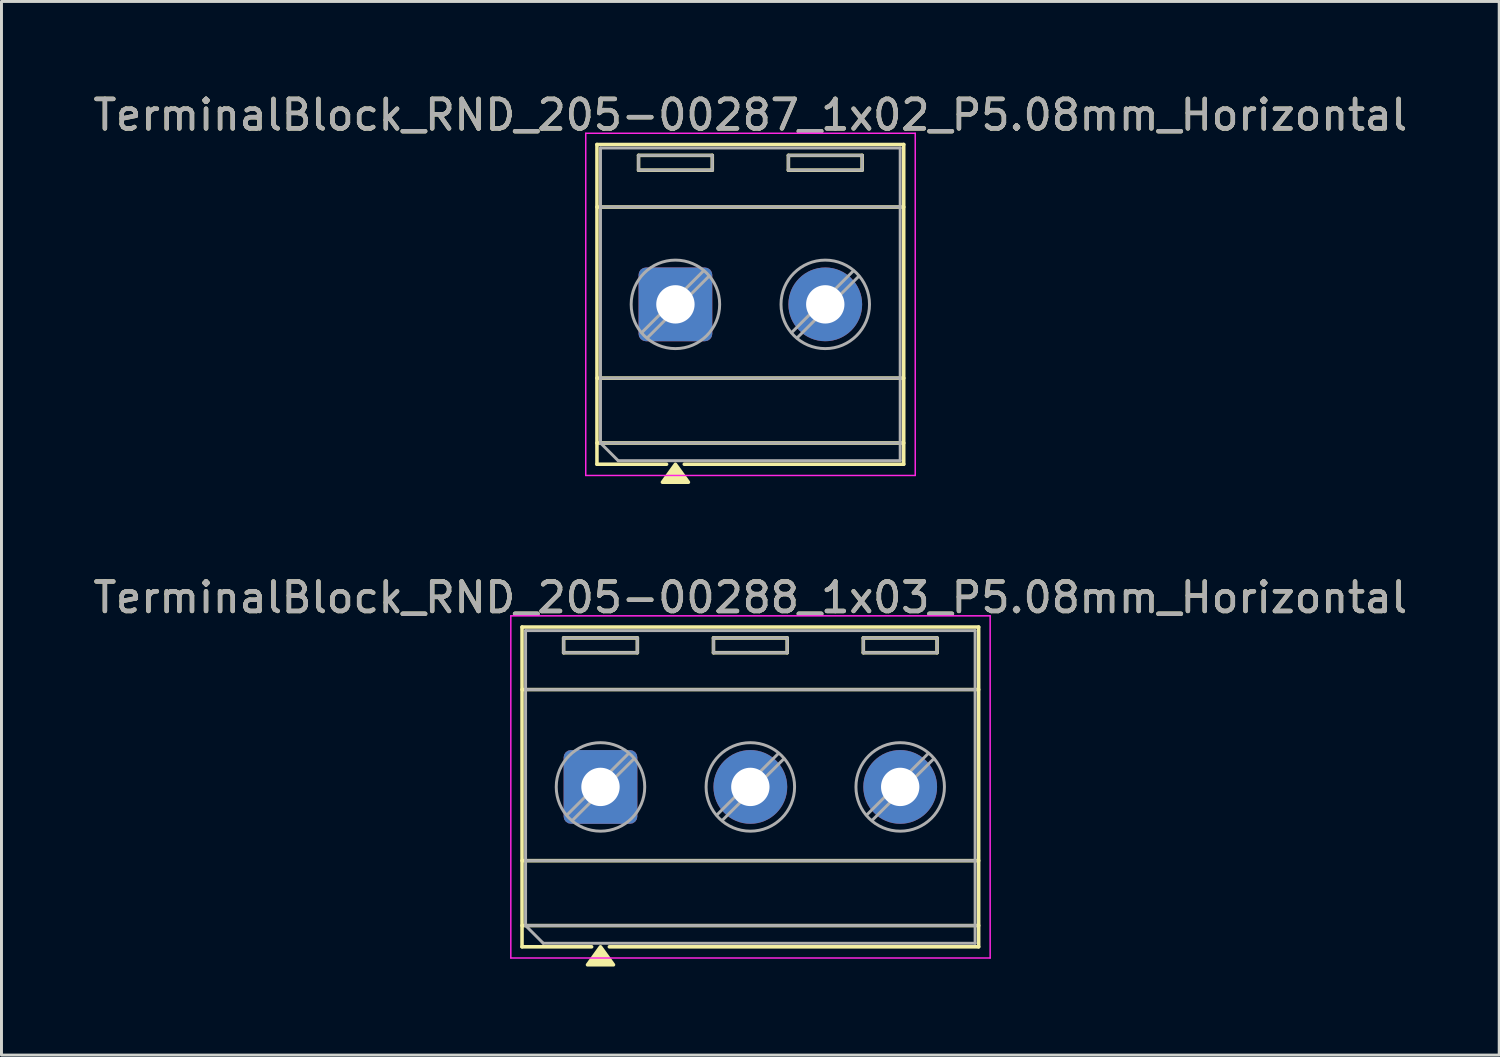
<source format=kicad_pcb>
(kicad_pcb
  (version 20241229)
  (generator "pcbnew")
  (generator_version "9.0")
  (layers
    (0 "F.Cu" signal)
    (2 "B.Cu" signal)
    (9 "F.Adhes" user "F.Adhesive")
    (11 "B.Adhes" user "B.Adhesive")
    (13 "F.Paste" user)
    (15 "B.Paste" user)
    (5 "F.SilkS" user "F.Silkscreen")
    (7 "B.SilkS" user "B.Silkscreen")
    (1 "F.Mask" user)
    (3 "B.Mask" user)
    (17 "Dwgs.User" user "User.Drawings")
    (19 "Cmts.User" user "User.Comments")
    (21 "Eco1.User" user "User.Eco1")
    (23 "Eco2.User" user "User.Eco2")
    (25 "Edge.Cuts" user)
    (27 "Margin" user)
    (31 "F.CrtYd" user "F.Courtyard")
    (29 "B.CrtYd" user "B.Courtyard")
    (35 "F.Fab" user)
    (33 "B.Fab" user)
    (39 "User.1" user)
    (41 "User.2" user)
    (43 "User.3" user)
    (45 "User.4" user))
  (footprint "TerminalBlock_RND_205-00288_1x03_P5.08mm_Horizontal"
    (layer "F.Cu")
    (at 17.307 23.627)
    (property "Reference" "TerminalBlock_RND_205-00288_1x03_P5.08mm_Horizontal" (at 5.08 -6.42 0) (layer "F.SilkS") (effects (font (size 1 1) (thickness 0.15))))
    (attr through_hole)
    (fp_line (start -2.66 -5.42) (end -2.66 5.42) (stroke (width 0.12) (type solid)) (layer "F.SilkS"))
    (fp_line (start -2.66 -5.42) (end 12.82 -5.42) (stroke (width 0.12) (type solid)) (layer "F.SilkS"))
    (fp_line (start -2.66 -3.3) (end 12.82 -3.3) (stroke (width 0.12) (type solid)) (layer "F.SilkS"))
    (fp_line (start -2.66 2.5) (end 12.82 2.5) (stroke (width 0.12) (type solid)) (layer "F.SilkS"))
    (fp_line (start -2.66 4.7) (end 12.82 4.7) (stroke (width 0.12) (type solid)) (layer "F.SilkS"))
    (fp_line (start -2.66 5.42) (end -0.3 5.42) (stroke (width 0.12) (type solid)) (layer "F.SilkS"))
    (fp_line (start -1.25 -5.05) (end -1.25 -4.55) (stroke (width 0.12) (type solid)) (layer "F.SilkS"))
    (fp_line (start -1.25 -5.05) (end 1.25 -5.05) (stroke (width 0.12) (type solid)) (layer "F.SilkS"))
    (fp_line (start -1.25 -4.55) (end 1.25 -4.55) (stroke (width 0.12) (type solid)) (layer "F.SilkS"))
    (fp_line (start 0.3 5.42) (end 12.82 5.42) (stroke (width 0.12) (type solid)) (layer "F.SilkS"))
    (fp_line (start 1.25 -5.05) (end 1.25 -4.55) (stroke (width 0.12) (type solid)) (layer "F.SilkS"))
    (fp_line (start 3.83 -5.05) (end 3.83 -4.55) (stroke (width 0.12) (type solid)) (layer "F.SilkS"))
    (fp_line (start 3.83 -5.05) (end 6.33 -5.05) (stroke (width 0.12) (type solid)) (layer "F.SilkS"))
    (fp_line (start 3.83 -4.55) (end 6.33 -4.55) (stroke (width 0.12) (type solid)) (layer "F.SilkS"))
    (fp_line (start 6.33 -5.05) (end 6.33 -4.55) (stroke (width 0.12) (type solid)) (layer "F.SilkS"))
    (fp_line (start 8.91 -5.05) (end 8.91 -4.55) (stroke (width 0.12) (type solid)) (layer "F.SilkS"))
    (fp_line (start 8.91 -5.05) (end 11.41 -5.05) (stroke (width 0.12) (type solid)) (layer "F.SilkS"))
    (fp_line (start 8.91 -4.55) (end 11.41 -4.55) (stroke (width 0.12) (type solid)) (layer "F.SilkS"))
    (fp_line (start 11.41 -5.05) (end 11.41 -4.55) (stroke (width 0.12) (type solid)) (layer "F.SilkS"))
    (fp_line (start 12.82 -5.42) (end 12.82 5.42) (stroke (width 0.12) (type solid)) (layer "F.SilkS"))
    (fp_poly (pts (xy 0 5.42) (xy 0.44 6.03) (xy -0.44 6.03)) (stroke (width 0.12) (type solid)) (fill yes) (layer "F.SilkS"))
    (fp_line (start -3.04 -5.8) (end -3.04 5.8) (stroke (width 0.05) (type solid)) (layer "F.CrtYd"))
    (fp_line (start -3.04 5.8) (end 13.21 5.8) (stroke (width 0.05) (type solid)) (layer "F.CrtYd"))
    (fp_line (start 13.21 -5.8) (end -3.04 -5.8) (stroke (width 0.05) (type solid)) (layer "F.CrtYd"))
    (fp_line (start 13.21 5.8) (end 13.21 -5.8) (stroke (width 0.05) (type solid)) (layer "F.CrtYd"))
    (fp_line (start -2.54 -5.3) (end 12.7 -5.3) (stroke (width 0.1) (type solid)) (layer "F.Fab"))
    (fp_line (start -2.54 -3.3) (end 12.7 -3.3) (stroke (width 0.1) (type solid)) (layer "F.Fab"))
    (fp_line (start -2.54 2.5) (end 12.7 2.5) (stroke (width 0.1) (type solid)) (layer "F.Fab"))
    (fp_line (start -2.54 4.7) (end -2.54 -5.3) (stroke (width 0.1) (type solid)) (layer "F.Fab"))
    (fp_line (start -2.54 4.7) (end 12.7 4.7) (stroke (width 0.1) (type solid)) (layer "F.Fab"))
    (fp_line (start -1.94 5.3) (end -2.54 4.7) (stroke (width 0.1) (type solid)) (layer "F.Fab"))
    (fp_line (start -1.25 -5.05) (end -1.25 -4.55) (stroke (width 0.1) (type solid)) (layer "F.Fab"))
    (fp_line (start -1.25 -4.55) (end 1.25 -4.55) (stroke (width 0.1) (type solid)) (layer "F.Fab"))
    (fp_line (start 0.955 -1.138) (end -1.138 0.954) (stroke (width 0.1) (type solid)) (layer "F.Fab"))
    (fp_line (start 1.138 -0.954) (end -0.955 1.137) (stroke (width 0.1) (type solid)) (layer "F.Fab"))
    (fp_line (start 1.25 -5.05) (end -1.25 -5.05) (stroke (width 0.1) (type solid)) (layer "F.Fab"))
    (fp_line (start 1.25 -4.55) (end 1.25 -5.05) (stroke (width 0.1) (type solid)) (layer "F.Fab"))
    (fp_line (start 3.83 -5.05) (end 3.83 -4.55) (stroke (width 0.1) (type solid)) (layer "F.Fab"))
    (fp_line (start 3.83 -4.55) (end 6.33 -4.55) (stroke (width 0.1) (type solid)) (layer "F.Fab"))
    (fp_line (start 6.035 -1.138) (end 3.942 0.954) (stroke (width 0.1) (type solid)) (layer "F.Fab"))
    (fp_line (start 6.218 -0.954) (end 4.125 1.137) (stroke (width 0.1) (type solid)) (layer "F.Fab"))
    (fp_line (start 6.33 -5.05) (end 3.83 -5.05) (stroke (width 0.1) (type solid)) (layer "F.Fab"))
    (fp_line (start 6.33 -4.55) (end 6.33 -5.05) (stroke (width 0.1) (type solid)) (layer "F.Fab"))
    (fp_line (start 8.91 -5.05) (end 8.91 -4.55) (stroke (width 0.1) (type solid)) (layer "F.Fab"))
    (fp_line (start 8.91 -4.55) (end 11.41 -4.55) (stroke (width 0.1) (type solid)) (layer "F.Fab"))
    (fp_line (start 11.115 -1.138) (end 9.022 0.954) (stroke (width 0.1) (type solid)) (layer "F.Fab"))
    (fp_line (start 11.298 -0.954) (end 9.205 1.137) (stroke (width 0.1) (type solid)) (layer "F.Fab"))
    (fp_line (start 11.41 -5.05) (end 8.91 -5.05) (stroke (width 0.1) (type solid)) (layer "F.Fab"))
    (fp_line (start 11.41 -4.55) (end 11.41 -5.05) (stroke (width 0.1) (type solid)) (layer "F.Fab"))
    (fp_line (start 12.7 -5.3) (end 12.7 5.3) (stroke (width 0.1) (type solid)) (layer "F.Fab"))
    (fp_line (start 12.7 5.3) (end -1.94 5.3) (stroke (width 0.1) (type solid)) (layer "F.Fab"))
    (fp_circle (center 0 0) (end 1.5 0) (stroke (width 0.1) (type solid)) (fill no) (layer "F.Fab"))
    (fp_circle (center 5.08 0) (end 6.58 0) (stroke (width 0.1) (type solid)) (fill no) (layer "F.Fab"))
    (fp_circle (center 10.16 0) (end 11.66 0) (stroke (width 0.1) (type solid)) (fill no) (layer "F.Fab"))
    (fp_text user "${REFERENCE}" (at 5.08 -6.42 0) (layer "F.Fab") (effects (font (size 1 1) (thickness 0.15))))
    (pad "1" thru_hole roundrect (at 0 0) (size 2.5 2.5) (drill 1.3) (layers "*.Cu" "*.Mask") (roundrect_rratio 0.1))
    (pad "2" thru_hole circle (at 5.08 0) (size 2.5 2.5) (drill 1.3) (layers "*.Cu" "*.Mask"))
    (pad "3" thru_hole circle (at 10.16 0) (size 2.5 2.5) (drill 1.3) (layers "*.Cu" "*.Mask")))
  (footprint "TerminalBlock_RND_205-00287_1x02_P5.08mm_Horizontal"
    (layer "F.Cu")
    (at 19.847 7.268)
    (property "Reference" "TerminalBlock_RND_205-00287_1x02_P5.08mm_Horizontal" (at 2.54 -6.42 0) (layer "F.SilkS") (effects (font (size 1 1) (thickness 0.15))))
    (attr through_hole)
    (fp_line (start -2.66 -5.42) (end -2.66 5.42) (stroke (width 0.12) (type solid)) (layer "F.SilkS"))
    (fp_line (start -2.66 -5.42) (end 7.74 -5.42) (stroke (width 0.12) (type solid)) (layer "F.SilkS"))
    (fp_line (start -2.66 -3.3) (end 7.74 -3.3) (stroke (width 0.12) (type solid)) (layer "F.SilkS"))
    (fp_line (start -2.66 2.5) (end 7.74 2.5) (stroke (width 0.12) (type solid)) (layer "F.SilkS"))
    (fp_line (start -2.66 4.7) (end 7.74 4.7) (stroke (width 0.12) (type solid)) (layer "F.SilkS"))
    (fp_line (start -2.66 5.42) (end -0.3 5.42) (stroke (width 0.12) (type solid)) (layer "F.SilkS"))
    (fp_line (start -1.25 -5.05) (end -1.25 -4.55) (stroke (width 0.12) (type solid)) (layer "F.SilkS"))
    (fp_line (start -1.25 -5.05) (end 1.25 -5.05) (stroke (width 0.12) (type solid)) (layer "F.SilkS"))
    (fp_line (start -1.25 -4.55) (end 1.25 -4.55) (stroke (width 0.12) (type solid)) (layer "F.SilkS"))
    (fp_line (start 0.3 5.42) (end 7.74 5.42) (stroke (width 0.12) (type solid)) (layer "F.SilkS"))
    (fp_line (start 1.25 -5.05) (end 1.25 -4.55) (stroke (width 0.12) (type solid)) (layer "F.SilkS"))
    (fp_line (start 3.83 -5.05) (end 3.83 -4.55) (stroke (width 0.12) (type solid)) (layer "F.SilkS"))
    (fp_line (start 3.83 -5.05) (end 6.33 -5.05) (stroke (width 0.12) (type solid)) (layer "F.SilkS"))
    (fp_line (start 3.83 -4.55) (end 6.33 -4.55) (stroke (width 0.12) (type solid)) (layer "F.SilkS"))
    (fp_line (start 6.33 -5.05) (end 6.33 -4.55) (stroke (width 0.12) (type solid)) (layer "F.SilkS"))
    (fp_line (start 7.74 -5.42) (end 7.74 5.42) (stroke (width 0.12) (type solid)) (layer "F.SilkS"))
    (fp_poly (pts (xy 0 5.42) (xy 0.44 6.03) (xy -0.44 6.03)) (stroke (width 0.12) (type solid)) (fill yes) (layer "F.SilkS"))
    (fp_line (start -3.04 -5.8) (end -3.04 5.8) (stroke (width 0.05) (type solid)) (layer "F.CrtYd"))
    (fp_line (start -3.04 5.8) (end 8.13 5.8) (stroke (width 0.05) (type solid)) (layer "F.CrtYd"))
    (fp_line (start 8.13 -5.8) (end -3.04 -5.8) (stroke (width 0.05) (type solid)) (layer "F.CrtYd"))
    (fp_line (start 8.13 5.8) (end 8.13 -5.8) (stroke (width 0.05) (type solid)) (layer "F.CrtYd"))
    (fp_line (start -2.54 -5.3) (end 7.62 -5.3) (stroke (width 0.1) (type solid)) (layer "F.Fab"))
    (fp_line (start -2.54 -3.3) (end 7.62 -3.3) (stroke (width 0.1) (type solid)) (layer "F.Fab"))
    (fp_line (start -2.54 2.5) (end 7.62 2.5) (stroke (width 0.1) (type solid)) (layer "F.Fab"))
    (fp_line (start -2.54 4.7) (end -2.54 -5.3) (stroke (width 0.1) (type solid)) (layer "F.Fab"))
    (fp_line (start -2.54 4.7) (end 7.62 4.7) (stroke (width 0.1) (type solid)) (layer "F.Fab"))
    (fp_line (start -1.94 5.3) (end -2.54 4.7) (stroke (width 0.1) (type solid)) (layer "F.Fab"))
    (fp_line (start -1.25 -5.05) (end -1.25 -4.55) (stroke (width 0.1) (type solid)) (layer "F.Fab"))
    (fp_line (start -1.25 -4.55) (end 1.25 -4.55) (stroke (width 0.1) (type solid)) (layer "F.Fab"))
    (fp_line (start 0.955 -1.138) (end -1.138 0.954) (stroke (width 0.1) (type solid)) (layer "F.Fab"))
    (fp_line (start 1.138 -0.954) (end -0.955 1.137) (stroke (width 0.1) (type solid)) (layer "F.Fab"))
    (fp_line (start 1.25 -5.05) (end -1.25 -5.05) (stroke (width 0.1) (type solid)) (layer "F.Fab"))
    (fp_line (start 1.25 -4.55) (end 1.25 -5.05) (stroke (width 0.1) (type solid)) (layer "F.Fab"))
    (fp_line (start 3.83 -5.05) (end 3.83 -4.55) (stroke (width 0.1) (type solid)) (layer "F.Fab"))
    (fp_line (start 3.83 -4.55) (end 6.33 -4.55) (stroke (width 0.1) (type solid)) (layer "F.Fab"))
    (fp_line (start 6.035 -1.138) (end 3.942 0.954) (stroke (width 0.1) (type solid)) (layer "F.Fab"))
    (fp_line (start 6.218 -0.954) (end 4.125 1.137) (stroke (width 0.1) (type solid)) (layer "F.Fab"))
    (fp_line (start 6.33 -5.05) (end 3.83 -5.05) (stroke (width 0.1) (type solid)) (layer "F.Fab"))
    (fp_line (start 6.33 -4.55) (end 6.33 -5.05) (stroke (width 0.1) (type solid)) (layer "F.Fab"))
    (fp_line (start 7.62 -5.3) (end 7.62 5.3) (stroke (width 0.1) (type solid)) (layer "F.Fab"))
    (fp_line (start 7.62 5.3) (end -1.94 5.3) (stroke (width 0.1) (type solid)) (layer "F.Fab"))
    (fp_circle (center 0 0) (end 1.5 0) (stroke (width 0.1) (type solid)) (fill no) (layer "F.Fab"))
    (fp_circle (center 5.08 0) (end 6.58 0) (stroke (width 0.1) (type solid)) (fill no) (layer "F.Fab"))
    (fp_text user "${REFERENCE}" (at 2.54 -6.42 0) (layer "F.Fab") (effects (font (size 1 1) (thickness 0.15))))
    (pad "1" thru_hole roundrect (at 0 0) (size 2.5 2.5) (drill 1.3) (layers "*.Cu" "*.Mask") (roundrect_rratio 0.1))
    (pad "2" thru_hole circle (at 5.08 0) (size 2.5 2.5) (drill 1.3) (layers "*.Cu" "*.Mask")))
  (gr_rect
    (start -3 -3)
    (end 47.774 32.717)
    (stroke (width 0.1) (type default))
    (fill no)
    (layer "Edge.Cuts")))
</source>
